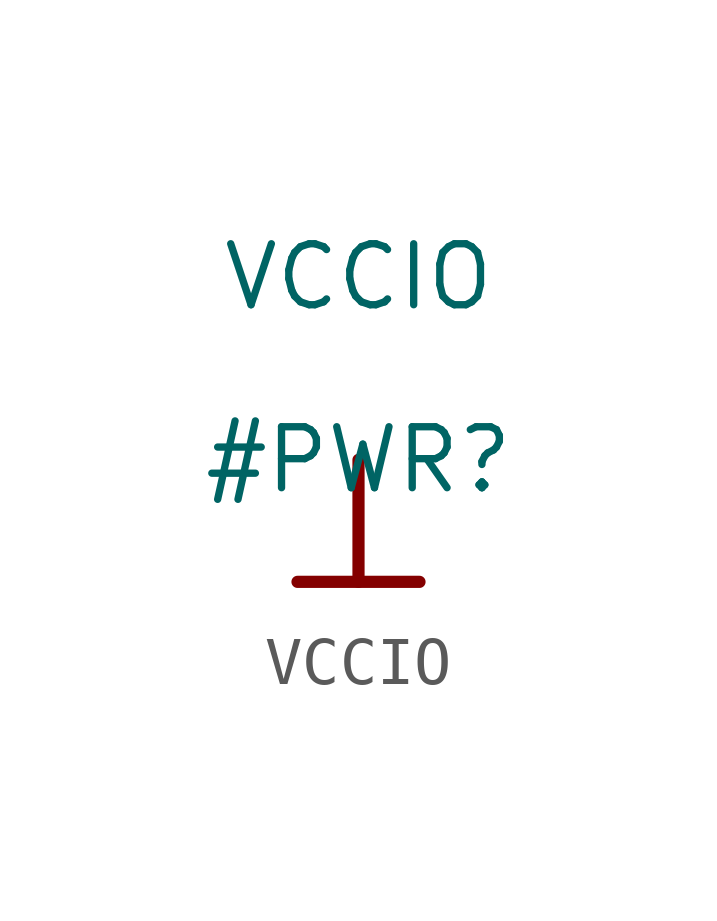
<source format=kicad_sym>
(kicad_symbol_lib
  (version 20211014)
  (generator kicad_symbol_editor)
  (symbol "VCCIO"
    (power)
    (property "Reference" "#PWR"
      (at 0 0 0)
      (effects (font (size 1.27 1.27))))
    (property "Value" "VCCIO"
      (at 0 3.81 0)
      (effects (font (size 1.27 1.27))))
    (symbol "VCCIO_0_0"
      (polyline (pts (xy -1.27 -2.54) (xy 1.27 -2.54)) (stroke (width 0.254) (type default) (color 0 0 0 0)) (fill (type none)))
      (polyline (pts (xy 0 0) (xy 0 -2.54)) (stroke (width 0.254) (type default) (color 0 0 0 0)) (fill (type none)))
      (pin power_in line (at 0 0 0) (length 0) hide (name "VCCIO" (effects (font (size 1.27 1.27)))) (number "" (effects (font (size 1.27 1.27))))))))
</source>
